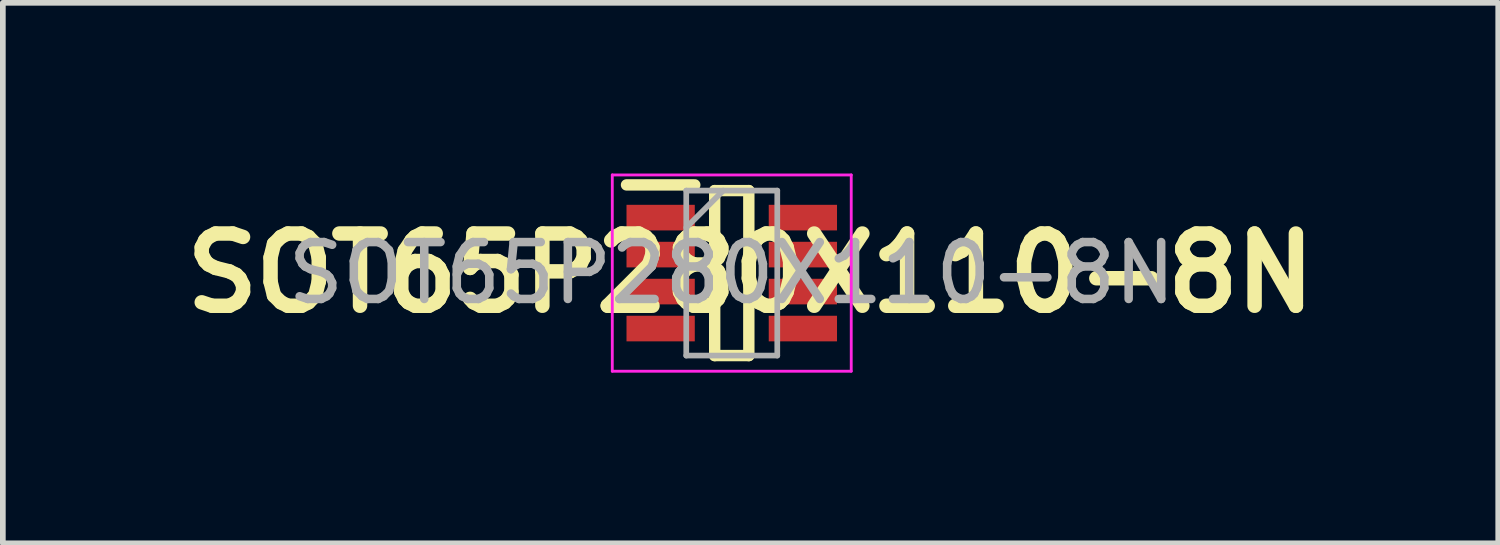
<source format=kicad_pcb>
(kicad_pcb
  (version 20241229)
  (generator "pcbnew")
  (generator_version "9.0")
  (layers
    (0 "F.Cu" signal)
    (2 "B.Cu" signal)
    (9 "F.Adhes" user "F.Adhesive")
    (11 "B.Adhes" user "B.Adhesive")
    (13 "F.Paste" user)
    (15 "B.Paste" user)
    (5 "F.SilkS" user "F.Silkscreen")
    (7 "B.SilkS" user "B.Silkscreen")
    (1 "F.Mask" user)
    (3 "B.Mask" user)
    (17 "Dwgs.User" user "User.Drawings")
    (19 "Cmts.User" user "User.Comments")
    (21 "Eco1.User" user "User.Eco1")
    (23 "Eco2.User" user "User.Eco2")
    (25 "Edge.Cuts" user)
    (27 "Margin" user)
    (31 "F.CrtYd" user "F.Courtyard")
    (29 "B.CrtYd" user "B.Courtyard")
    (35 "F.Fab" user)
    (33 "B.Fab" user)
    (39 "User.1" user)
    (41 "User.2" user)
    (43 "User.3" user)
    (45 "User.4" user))
  (footprint "SOT65P280X110-8N"
    (layer "F.Cu")
    (at 9.812 1.75)
    (property "Reference" "SOT65P280X110-8N" (at 0.33 0 0) (layer "F.SilkS") (effects (font (size 1.27 1.27) (thickness 0.254))))
    (attr smd)
    (fp_line (start -1.85 -1.55) (end -0.65 -1.55) (stroke (width 0.2) (type solid)) (layer "F.SilkS"))
    (fp_line (start -0.3 -1.45) (end 0.3 -1.45) (stroke (width 0.2) (type solid)) (layer "F.SilkS"))
    (fp_line (start -0.3 1.45) (end -0.3 -1.45) (stroke (width 0.2) (type solid)) (layer "F.SilkS"))
    (fp_line (start 0.3 -1.45) (end 0.3 1.45) (stroke (width 0.2) (type solid)) (layer "F.SilkS"))
    (fp_line (start 0.3 1.45) (end -0.3 1.45) (stroke (width 0.2) (type solid)) (layer "F.SilkS"))
    (fp_line (start -2.1 -1.725) (end 2.1 -1.725) (stroke (width 0.05) (type solid)) (layer "F.CrtYd"))
    (fp_line (start -2.1 1.725) (end -2.1 -1.725) (stroke (width 0.05) (type solid)) (layer "F.CrtYd"))
    (fp_line (start 2.1 -1.725) (end 2.1 1.725) (stroke (width 0.05) (type solid)) (layer "F.CrtYd"))
    (fp_line (start 2.1 1.725) (end -2.1 1.725) (stroke (width 0.05) (type solid)) (layer "F.CrtYd"))
    (fp_line (start -0.8 -1.45) (end 0.8 -1.45) (stroke (width 0.1) (type solid)) (layer "F.Fab"))
    (fp_line (start -0.8 -0.8) (end -0.15 -1.45) (stroke (width 0.1) (type solid)) (layer "F.Fab"))
    (fp_line (start -0.8 1.45) (end -0.8 -1.45) (stroke (width 0.1) (type solid)) (layer "F.Fab"))
    (fp_line (start 0.8 -1.45) (end 0.8 1.45) (stroke (width 0.1) (type solid)) (layer "F.Fab"))
    (fp_line (start 0.8 1.45) (end -0.8 1.45) (stroke (width 0.1) (type solid)) (layer "F.Fab"))
    (fp_text user "${REFERENCE}" (at 0 0 0) (layer "F.Fab") (effects (font (size 1 1) (thickness 0.15))))
    (pad "1" smd rect (at -1.25 -0.975 90) (size 0.45 1.2) (layers "F.Cu" "F.Mask" "F.Paste"))
    (pad "2" smd rect (at -1.25 -0.325 90) (size 0.45 1.2) (layers "F.Cu" "F.Mask" "F.Paste"))
    (pad "3" smd rect (at -1.25 0.325 90) (size 0.45 1.2) (layers "F.Cu" "F.Mask" "F.Paste"))
    (pad "4" smd rect (at -1.25 0.975 90) (size 0.45 1.2) (layers "F.Cu" "F.Mask" "F.Paste"))
    (pad "5" smd rect (at 1.25 0.975 90) (size 0.45 1.2) (layers "F.Cu" "F.Mask" "F.Paste"))
    (pad "6" smd rect (at 1.25 0.325 90) (size 0.45 1.2) (layers "F.Cu" "F.Mask" "F.Paste"))
    (pad "7" smd rect (at 1.25 -0.325 90) (size 0.45 1.2) (layers "F.Cu" "F.Mask" "F.Paste"))
    (pad "8" smd rect (at 1.25 -0.975 90) (size 0.45 1.2) (layers "F.Cu" "F.Mask" "F.Paste")))
  (gr_rect
    (start -3 -3)
    (end 23.284 6.5)
    (stroke (width 0.1) (type default))
    (fill no)
    (layer "Edge.Cuts")))
</source>
